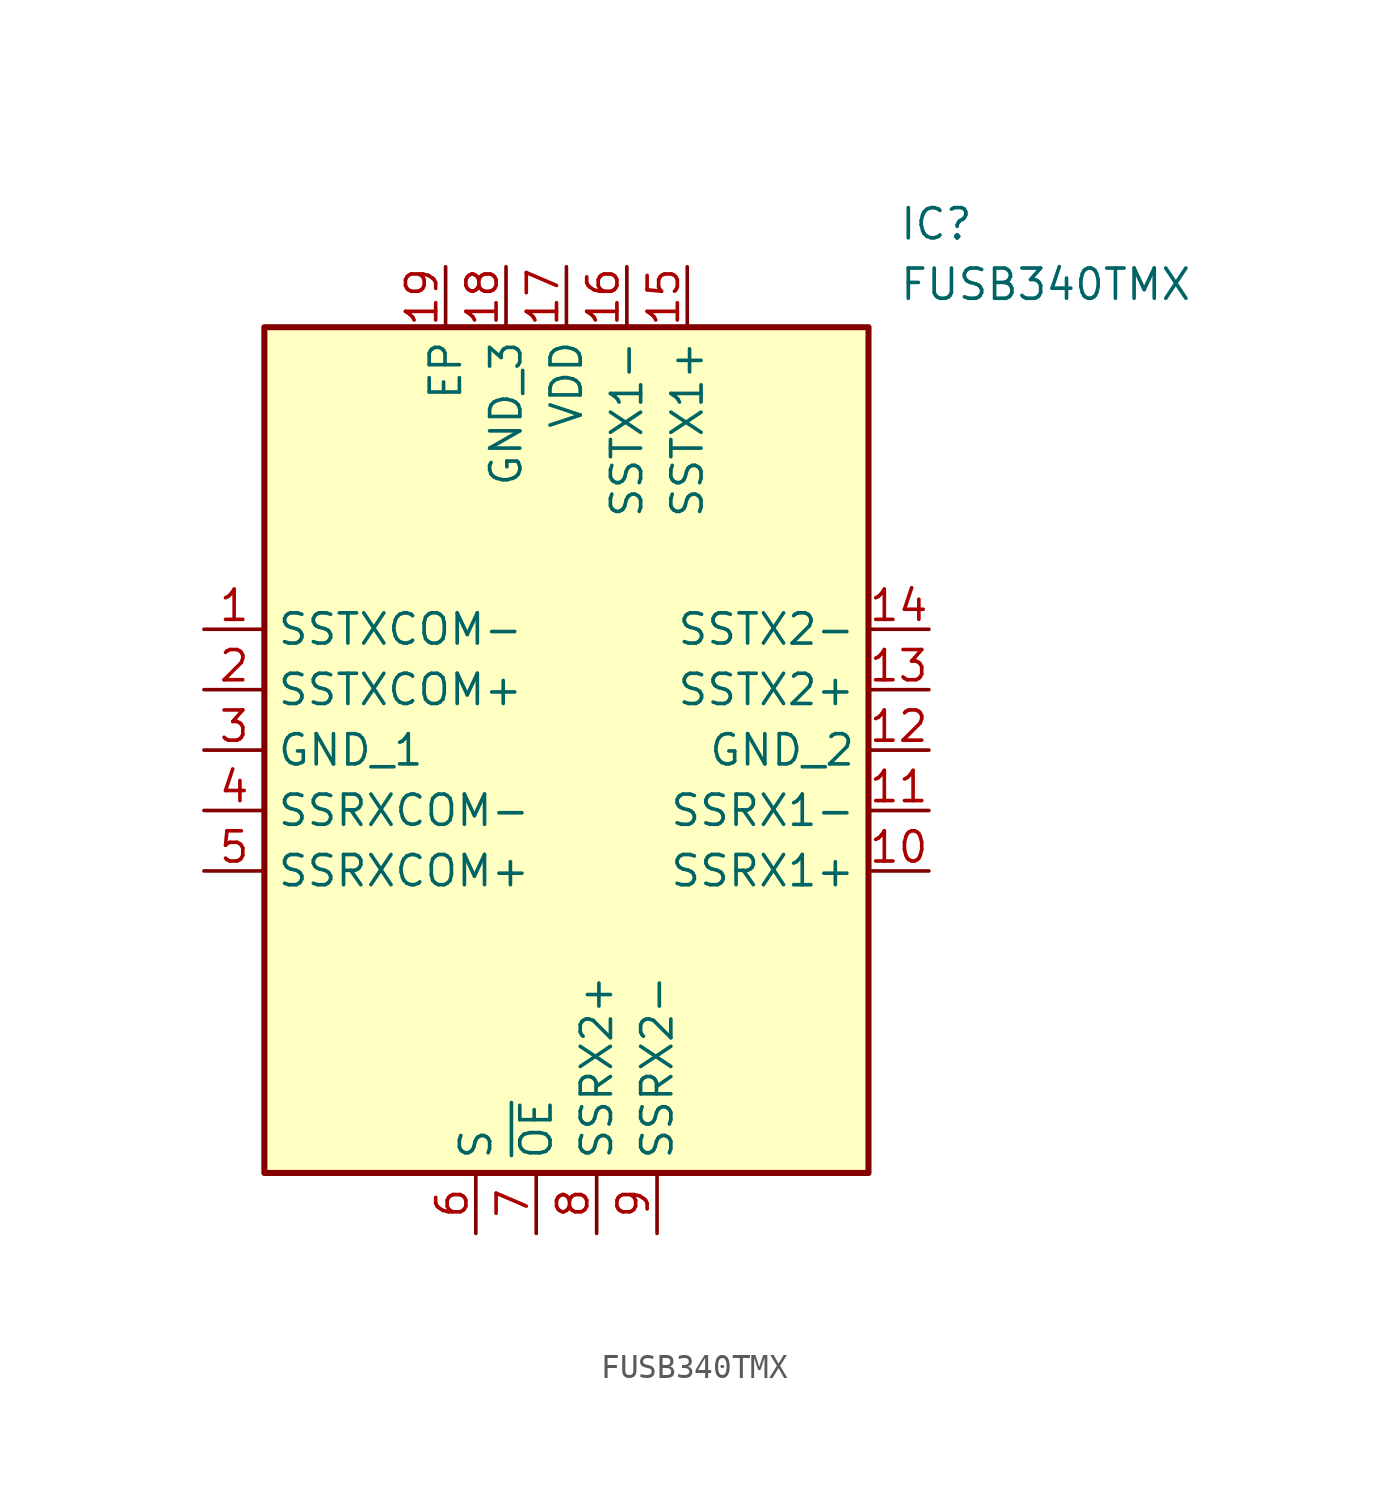
<source format=kicad_sym>
(kicad_symbol_lib
  (version 20241209)
  (generator "kicad_symbol_editor")
  (generator_version "9.0")
  (symbol "FUSB340TMX"
    (property "Reference" "IC"
      (at 13.97 22.86 0)
      (effects (font (size 1.27 1.27)) (justify left top)))
    (property "Value" "FUSB340TMX"
      (at 13.97 20.32 0)
      (effects (font (size 1.27 1.27)) (justify left top)))
    (symbol "FUSB340TMX_1_1"
      (rectangle (start -12.7 17.78) (end 12.7 -17.78) (stroke (width 0.254) (type default)) (fill (type background)))
      (pin passive line (at -15.24 5.08 0) (length 2.54) (name "SSTXCOM-" (effects (font (size 1.27 1.27)))) (number "1" (effects (font (size 1.27 1.27)))))
      (pin passive line (at -15.24 2.54 0) (length 2.54) (name "SSTXCOM+" (effects (font (size 1.27 1.27)))) (number "2" (effects (font (size 1.27 1.27)))))
      (pin power_in line (at -15.24 0 0) (length 2.54) (name "GND_1" (effects (font (size 1.27 1.27)))) (number "3" (effects (font (size 1.27 1.27)))))
      (pin passive line (at -15.24 -2.54 0) (length 2.54) (name "SSRXCOM-" (effects (font (size 1.27 1.27)))) (number "4" (effects (font (size 1.27 1.27)))))
      (pin passive line (at -15.24 -5.08 0) (length 2.54) (name "SSRXCOM+" (effects (font (size 1.27 1.27)))) (number "5" (effects (font (size 1.27 1.27)))))
      (pin passive line (at -5.08 20.32 270) (length 2.54) (name "EP" (effects (font (size 1.27 1.27)))) (number "19" (effects (font (size 1.27 1.27)))))
      (pin passive line (at -3.81 -20.32 90) (length 2.54) (name "S" (effects (font (size 1.27 1.27)))) (number "6" (effects (font (size 1.27 1.27)))))
      (pin power_in line (at -2.54 20.32 270) (length 2.54) (name "GND_3" (effects (font (size 1.27 1.27)))) (number "18" (effects (font (size 1.27 1.27)))))
      (pin input line (at -1.27 -20.32 90) (length 2.54) (name "~{OE}" (effects (font (size 1.27 1.27)))) (number "7" (effects (font (size 1.27 1.27)))))
      (pin power_in line (at 0 20.32 270) (length 2.54) (name "VDD" (effects (font (size 1.27 1.27)))) (number "17" (effects (font (size 1.27 1.27)))))
      (pin passive line (at 1.27 -20.32 90) (length 2.54) (name "SSRX2+" (effects (font (size 1.27 1.27)))) (number "8" (effects (font (size 1.27 1.27)))))
      (pin passive line (at 2.54 20.32 270) (length 2.54) (name "SSTX1-" (effects (font (size 1.27 1.27)))) (number "16" (effects (font (size 1.27 1.27)))))
      (pin passive line (at 3.81 -20.32 90) (length 2.54) (name "SSRX2-" (effects (font (size 1.27 1.27)))) (number "9" (effects (font (size 1.27 1.27)))))
      (pin passive line (at 5.08 20.32 270) (length 2.54) (name "SSTX1+" (effects (font (size 1.27 1.27)))) (number "15" (effects (font (size 1.27 1.27)))))
      (pin passive line (at 15.24 5.08 180) (length 2.54) (name "SSTX2-" (effects (font (size 1.27 1.27)))) (number "14" (effects (font (size 1.27 1.27)))))
      (pin passive line (at 15.24 2.54 180) (length 2.54) (name "SSTX2+" (effects (font (size 1.27 1.27)))) (number "13" (effects (font (size 1.27 1.27)))))
      (pin power_in line (at 15.24 0 180) (length 2.54) (name "GND_2" (effects (font (size 1.27 1.27)))) (number "12" (effects (font (size 1.27 1.27)))))
      (pin passive line (at 15.24 -2.54 180) (length 2.54) (name "SSRX1-" (effects (font (size 1.27 1.27)))) (number "11" (effects (font (size 1.27 1.27)))))
      (pin passive line (at 15.24 -5.08 180) (length 2.54) (name "SSRX1+" (effects (font (size 1.27 1.27)))) (number "10" (effects (font (size 1.27 1.27))))))))
</source>
